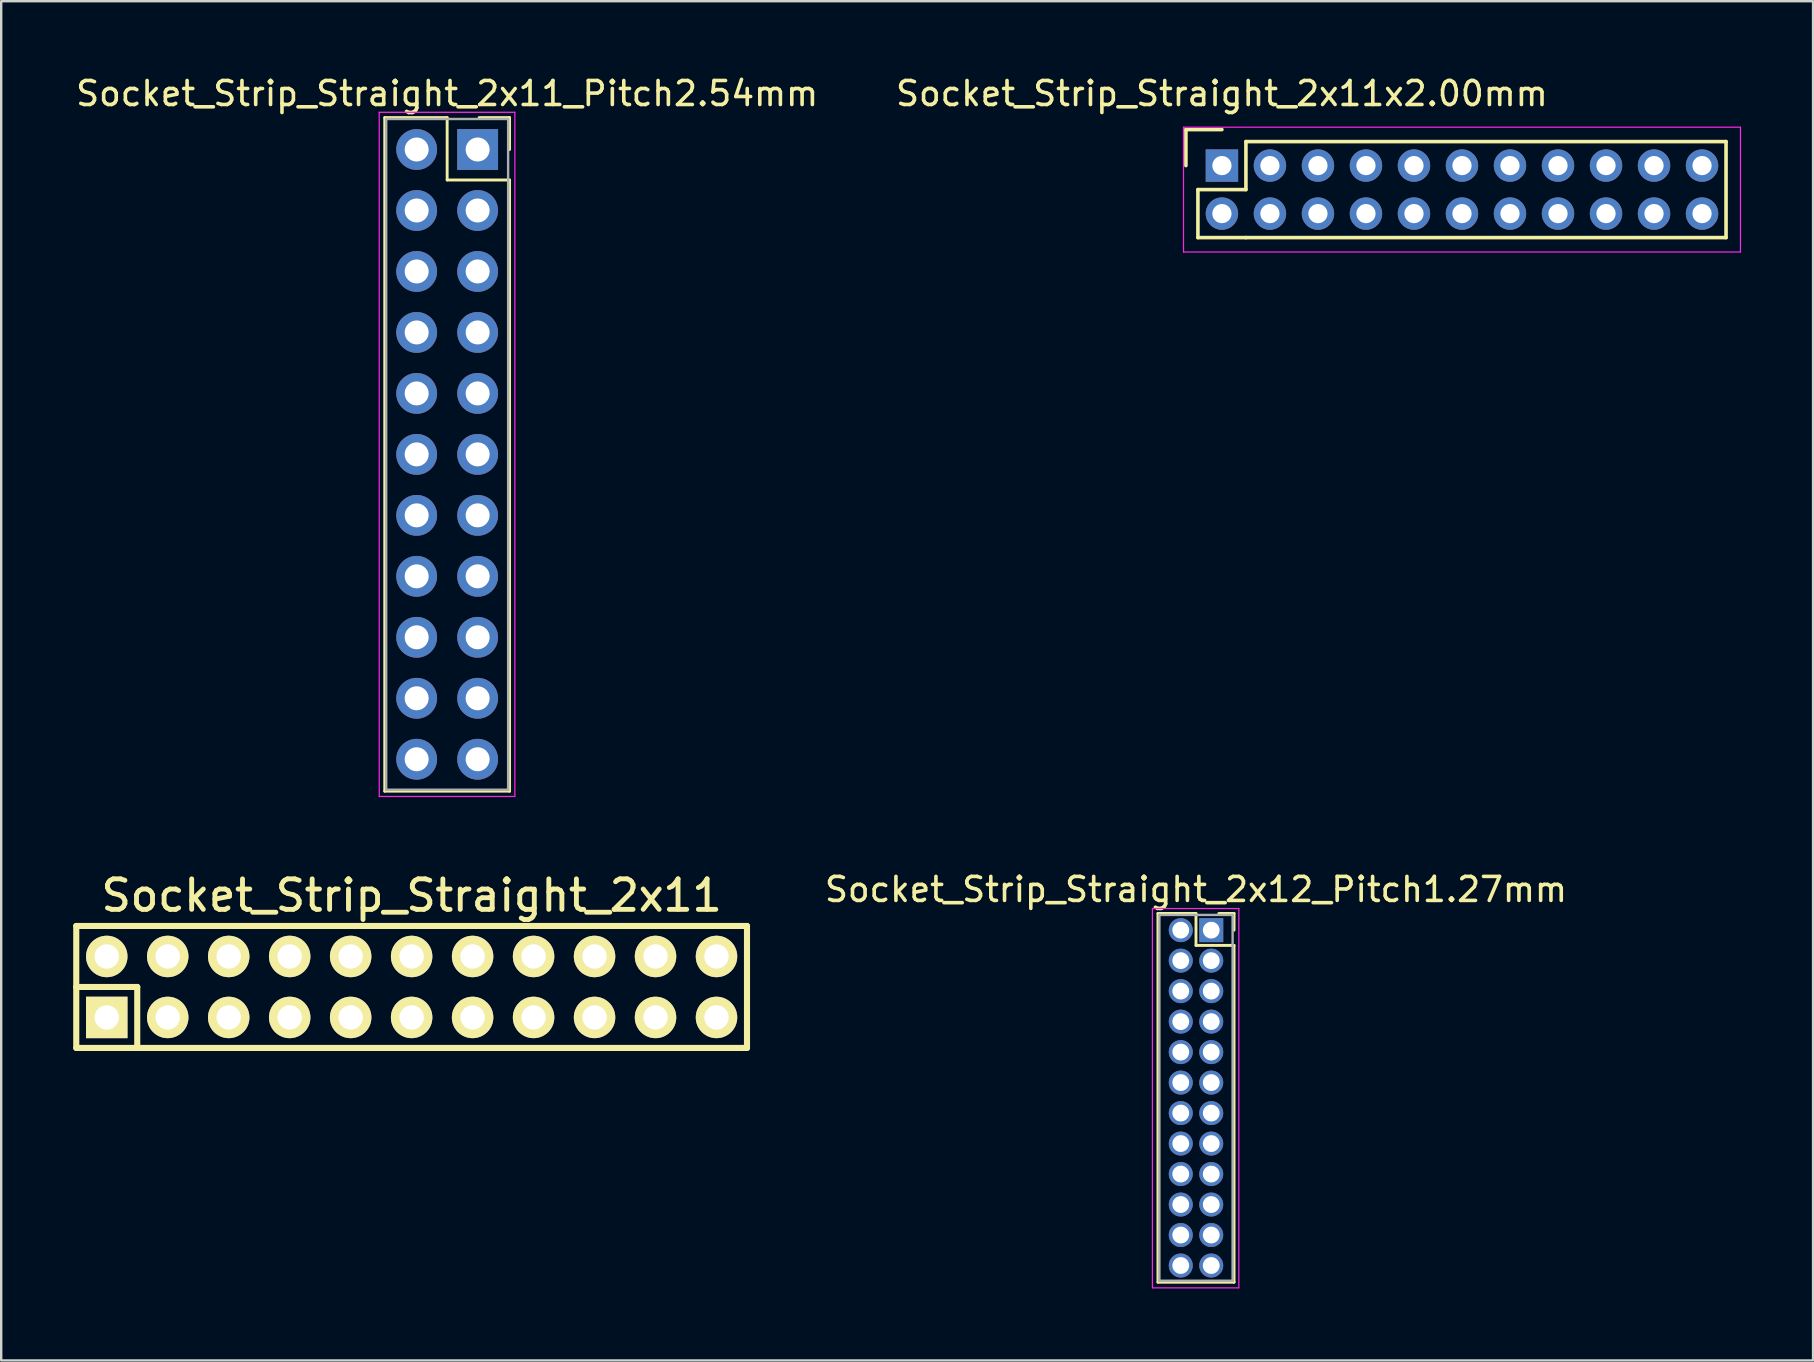
<source format=kicad_pcb>
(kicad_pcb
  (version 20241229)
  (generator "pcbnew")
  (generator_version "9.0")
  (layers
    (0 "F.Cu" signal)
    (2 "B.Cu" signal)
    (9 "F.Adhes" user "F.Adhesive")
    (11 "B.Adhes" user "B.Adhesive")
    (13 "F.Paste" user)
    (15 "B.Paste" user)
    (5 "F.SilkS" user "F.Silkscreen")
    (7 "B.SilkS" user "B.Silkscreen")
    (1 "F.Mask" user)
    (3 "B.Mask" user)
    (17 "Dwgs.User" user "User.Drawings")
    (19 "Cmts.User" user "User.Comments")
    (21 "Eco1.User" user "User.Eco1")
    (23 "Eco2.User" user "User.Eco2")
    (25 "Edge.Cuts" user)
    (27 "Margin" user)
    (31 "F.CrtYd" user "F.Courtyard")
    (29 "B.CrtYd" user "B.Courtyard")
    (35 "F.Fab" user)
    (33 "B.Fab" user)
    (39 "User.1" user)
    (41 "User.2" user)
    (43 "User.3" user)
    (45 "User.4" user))
  (footprint "Socket_Strip_Straight_2x11"
    (layer "F.Cu")
    (at 14.097 38.063)
    (property "Reference" "Socket_Strip_Straight_2x11" (at 0 -3.81 0) (layer "F.SilkS") (effects (font (size 1.27 1.27) (thickness 0.203))))
    (attr through_hole)
    (fp_line (start -13.97 -2.54) (end -13.97 0) (stroke (width 0.254) (type solid)) (layer "F.SilkS"))
    (fp_line (start -13.97 0) (end -11.43 0) (stroke (width 0.254) (type solid)) (layer "F.SilkS"))
    (fp_line (start -13.97 2.54) (end -13.97 0) (stroke (width 0.254) (type solid)) (layer "F.SilkS"))
    (fp_line (start -13.97 2.54) (end -11.43 2.54) (stroke (width 0.254) (type solid)) (layer "F.SilkS"))
    (fp_line (start -11.43 0) (end -11.43 2.54) (stroke (width 0.254) (type solid)) (layer "F.SilkS"))
    (fp_line (start -11.43 2.54) (end 13.97 2.54) (stroke (width 0.254) (type solid)) (layer "F.SilkS"))
    (fp_line (start 13.97 -2.54) (end -13.97 -2.54) (stroke (width 0.254) (type solid)) (layer "F.SilkS"))
    (fp_line (start 13.97 -2.54) (end 13.97 2.54) (stroke (width 0.254) (type solid)) (layer "F.SilkS"))
    (pad "1" thru_hole rect (at -12.7 1.27) (size 1.727 1.727) (drill 1.016) (layers "*.Cu" "*.Mask" "F.SilkS"))
    (pad "2" thru_hole oval (at -10.16 1.27) (size 1.727 1.727) (drill 1.016) (layers "*.Cu" "*.Mask" "F.SilkS"))
    (pad "3" thru_hole oval (at -7.62 1.27) (size 1.727 1.727) (drill 1.016) (layers "*.Cu" "*.Mask" "F.SilkS"))
    (pad "4" thru_hole oval (at -5.08 1.27) (size 1.727 1.727) (drill 1.016) (layers "*.Cu" "*.Mask" "F.SilkS"))
    (pad "5" thru_hole oval (at -2.54 1.27) (size 1.727 1.727) (drill 1.016) (layers "*.Cu" "*.Mask" "F.SilkS"))
    (pad "6" thru_hole oval (at 0 1.27) (size 1.727 1.727) (drill 1.016) (layers "*.Cu" "*.Mask" "F.SilkS"))
    (pad "7" thru_hole oval (at 2.54 1.27) (size 1.727 1.727) (drill 1.016) (layers "*.Cu" "*.Mask" "F.SilkS"))
    (pad "8" thru_hole oval (at 5.08 1.27) (size 1.727 1.727) (drill 1.016) (layers "*.Cu" "*.Mask" "F.SilkS"))
    (pad "9" thru_hole oval (at 7.62 1.27) (size 1.727 1.727) (drill 1.016) (layers "*.Cu" "*.Mask" "F.SilkS"))
    (pad "10" thru_hole oval (at 10.16 1.27) (size 1.727 1.727) (drill 1.016) (layers "*.Cu" "*.Mask" "F.SilkS"))
    (pad "11" thru_hole oval (at 12.7 1.27) (size 1.727 1.727) (drill 1.016) (layers "*.Cu" "*.Mask" "F.SilkS"))
    (pad "12" thru_hole oval (at 12.7 -1.27) (size 1.727 1.727) (drill 1.016) (layers "*.Cu" "*.Mask" "F.SilkS"))
    (pad "13" thru_hole oval (at 10.16 -1.27) (size 1.727 1.727) (drill 1.016) (layers "*.Cu" "*.Mask" "F.SilkS"))
    (pad "14" thru_hole oval (at 7.62 -1.27) (size 1.727 1.727) (drill 1.016) (layers "*.Cu" "*.Mask" "F.SilkS"))
    (pad "15" thru_hole oval (at 5.08 -1.27) (size 1.727 1.727) (drill 1.016) (layers "*.Cu" "*.Mask" "F.SilkS"))
    (pad "16" thru_hole oval (at 2.54 -1.27) (size 1.727 1.727) (drill 1.016) (layers "*.Cu" "*.Mask" "F.SilkS"))
    (pad "17" thru_hole oval (at 0 -1.27) (size 1.727 1.727) (drill 1.016) (layers "*.Cu" "*.Mask" "F.SilkS"))
    (pad "18" thru_hole oval (at -2.54 -1.27) (size 1.727 1.727) (drill 1.016) (layers "*.Cu" "*.Mask" "F.SilkS"))
    (pad "19" thru_hole oval (at -5.08 -1.27) (size 1.727 1.727) (drill 1.016) (layers "*.Cu" "*.Mask" "F.SilkS"))
    (pad "20" thru_hole oval (at -7.62 -1.27) (size 1.727 1.727) (drill 1.016) (layers "*.Cu" "*.Mask" "F.SilkS"))
    (pad "21" thru_hole oval (at -10.16 -1.27) (size 1.727 1.727) (drill 1.016) (layers "*.Cu" "*.Mask" "F.SilkS"))
    (pad "22" thru_hole oval (at -12.7 -1.27) (size 1.727 1.727) (drill 1.016) (layers "*.Cu" "*.Mask" "F.SilkS")))
  (footprint "Socket_Strip_Straight_2x12_Pitch1.27mm"
    (layer "F.Cu")
    (at 47.406 35.697)
    (property "Reference" "Socket_Strip_Straight_2x12_Pitch1.27mm" (at -0.635 -1.695 0) (layer "F.SilkS") (effects (font (size 1 1) (thickness 0.15))))
    (attr through_hole)
    (fp_line (start -2.22 -0.695) (end -0.635 -0.695) (stroke (width 0.12) (type solid)) (layer "F.SilkS"))
    (fp_line (start -2.22 14.665) (end -2.22 -0.695) (stroke (width 0.12) (type solid)) (layer "F.SilkS"))
    (fp_line (start -0.635 -0.695) (end -0.635 0.635) (stroke (width 0.12) (type solid)) (layer "F.SilkS"))
    (fp_line (start -0.635 0.635) (end 0.95 0.635) (stroke (width 0.12) (type solid)) (layer "F.SilkS"))
    (fp_line (start 0.95 -0.695) (end 0.315 -0.695) (stroke (width 0.12) (type solid)) (layer "F.SilkS"))
    (fp_line (start 0.95 0) (end 0.95 -0.695) (stroke (width 0.12) (type solid)) (layer "F.SilkS"))
    (fp_line (start 0.95 0.635) (end 0.95 14.665) (stroke (width 0.12) (type solid)) (layer "F.SilkS"))
    (fp_line (start 0.95 14.665) (end -2.22 14.665) (stroke (width 0.12) (type solid)) (layer "F.SilkS"))
    (fp_line (start -2.45 -0.9) (end -2.45 14.9) (stroke (width 0.05) (type solid)) (layer "F.CrtYd"))
    (fp_line (start -2.45 14.9) (end 1.15 14.9) (stroke (width 0.05) (type solid)) (layer "F.CrtYd"))
    (fp_line (start 1.15 -0.9) (end -2.45 -0.9) (stroke (width 0.05) (type solid)) (layer "F.CrtYd"))
    (fp_line (start 1.15 14.9) (end 1.15 -0.9) (stroke (width 0.05) (type solid)) (layer "F.CrtYd"))
    (fp_line (start -2.16 -0.635) (end -2.16 14.605) (stroke (width 0.1) (type solid)) (layer "F.Fab"))
    (fp_line (start -2.16 14.605) (end 0.89 14.605) (stroke (width 0.1) (type solid)) (layer "F.Fab"))
    (fp_line (start 0.89 -0.635) (end -2.16 -0.635) (stroke (width 0.1) (type solid)) (layer "F.Fab"))
    (fp_line (start 0.89 14.605) (end 0.89 -0.635) (stroke (width 0.1) (type solid)) (layer "F.Fab"))
    (pad "1" thru_hole rect (at 0 0) (size 1 1) (drill 0.7) (layers "*.Cu" "*.Mask"))
    (pad "2" thru_hole oval (at -1.27 0) (size 1 1) (drill 0.7) (layers "*.Cu" "*.Mask"))
    (pad "3" thru_hole oval (at 0 1.27) (size 1 1) (drill 0.7) (layers "*.Cu" "*.Mask"))
    (pad "4" thru_hole oval (at -1.27 1.27) (size 1 1) (drill 0.7) (layers "*.Cu" "*.Mask"))
    (pad "5" thru_hole oval (at 0 2.54) (size 1 1) (drill 0.7) (layers "*.Cu" "*.Mask"))
    (pad "6" thru_hole oval (at -1.27 2.54) (size 1 1) (drill 0.7) (layers "*.Cu" "*.Mask"))
    (pad "7" thru_hole oval (at 0 3.81) (size 1 1) (drill 0.7) (layers "*.Cu" "*.Mask"))
    (pad "8" thru_hole oval (at -1.27 3.81) (size 1 1) (drill 0.7) (layers "*.Cu" "*.Mask"))
    (pad "9" thru_hole oval (at 0 5.08) (size 1 1) (drill 0.7) (layers "*.Cu" "*.Mask"))
    (pad "10" thru_hole oval (at -1.27 5.08) (size 1 1) (drill 0.7) (layers "*.Cu" "*.Mask"))
    (pad "11" thru_hole oval (at 0 6.35) (size 1 1) (drill 0.7) (layers "*.Cu" "*.Mask"))
    (pad "12" thru_hole oval (at -1.27 6.35) (size 1 1) (drill 0.7) (layers "*.Cu" "*.Mask"))
    (pad "13" thru_hole oval (at 0 7.62) (size 1 1) (drill 0.7) (layers "*.Cu" "*.Mask"))
    (pad "14" thru_hole oval (at -1.27 7.62) (size 1 1) (drill 0.7) (layers "*.Cu" "*.Mask"))
    (pad "15" thru_hole oval (at 0 8.89) (size 1 1) (drill 0.7) (layers "*.Cu" "*.Mask"))
    (pad "16" thru_hole oval (at -1.27 8.89) (size 1 1) (drill 0.7) (layers "*.Cu" "*.Mask"))
    (pad "17" thru_hole oval (at 0 10.16) (size 1 1) (drill 0.7) (layers "*.Cu" "*.Mask"))
    (pad "18" thru_hole oval (at -1.27 10.16) (size 1 1) (drill 0.7) (layers "*.Cu" "*.Mask"))
    (pad "19" thru_hole oval (at 0 11.43) (size 1 1) (drill 0.7) (layers "*.Cu" "*.Mask"))
    (pad "20" thru_hole oval (at -1.27 11.43) (size 1 1) (drill 0.7) (layers "*.Cu" "*.Mask"))
    (pad "21" thru_hole oval (at 0 12.7) (size 1 1) (drill 0.7) (layers "*.Cu" "*.Mask"))
    (pad "22" thru_hole oval (at -1.27 12.7) (size 1 1) (drill 0.7) (layers "*.Cu" "*.Mask"))
    (pad "23" thru_hole oval (at 0 13.97) (size 1 1) (drill 0.7) (layers "*.Cu" "*.Mask"))
    (pad "24" thru_hole oval (at -1.27 13.97) (size 1 1) (drill 0.7) (layers "*.Cu" "*.Mask")))
  (footprint "Socket_Strip_Straight_2x11x2.00mm"
    (layer "F.Cu")
    (at 47.851 3.848)
    (property "Reference" "Socket_Strip_Straight_2x11x2.00mm" (at 0 -3 0) (layer "F.SilkS") (effects (font (size 1 1) (thickness 0.15))))
    (attr through_hole)
    (fp_line (start -1.5 -1.5) (end -1.5 0) (stroke (width 0.15) (type solid)) (layer "F.SilkS"))
    (fp_line (start -1 1) (end -1 3) (stroke (width 0.15) (type solid)) (layer "F.SilkS"))
    (fp_line (start -1 3) (end 1 3) (stroke (width 0.15) (type solid)) (layer "F.SilkS"))
    (fp_line (start 0 -1.5) (end -1.5 -1.5) (stroke (width 0.15) (type solid)) (layer "F.SilkS"))
    (fp_line (start 1 -1) (end 1 1) (stroke (width 0.15) (type solid)) (layer "F.SilkS"))
    (fp_line (start 1 1) (end -1 1) (stroke (width 0.15) (type solid)) (layer "F.SilkS"))
    (fp_line (start 1 3) (end 21 3) (stroke (width 0.15) (type solid)) (layer "F.SilkS"))
    (fp_line (start 21 -1) (end 1 -1) (stroke (width 0.15) (type solid)) (layer "F.SilkS"))
    (fp_line (start 21 3) (end 21 -1) (stroke (width 0.15) (type solid)) (layer "F.SilkS"))
    (fp_line (start -1.6 -1.6) (end -1.6 3.6) (stroke (width 0.05) (type solid)) (layer "F.CrtYd"))
    (fp_line (start -1.6 3.6) (end 21.6 3.6) (stroke (width 0.05) (type solid)) (layer "F.CrtYd"))
    (fp_line (start 21.6 -1.6) (end -1.6 -1.6) (stroke (width 0.05) (type solid)) (layer "F.CrtYd"))
    (fp_line (start 21.6 3.6) (end 21.6 -1.6) (stroke (width 0.05) (type solid)) (layer "F.CrtYd"))
    (pad "1" thru_hole rect (at 0 0) (size 1.35 1.35) (drill 0.8) (layers "*.Cu" "*.Mask"))
    (pad "2" thru_hole circle (at 0 2) (size 1.35 1.35) (drill 0.8) (layers "*.Cu" "*.Mask"))
    (pad "3" thru_hole circle (at 2 0) (size 1.35 1.35) (drill 0.8) (layers "*.Cu" "*.Mask"))
    (pad "4" thru_hole circle (at 2 2) (size 1.35 1.35) (drill 0.8) (layers "*.Cu" "*.Mask"))
    (pad "5" thru_hole circle (at 4 0) (size 1.35 1.35) (drill 0.8) (layers "*.Cu" "*.Mask"))
    (pad "6" thru_hole circle (at 4 2) (size 1.35 1.35) (drill 0.8) (layers "*.Cu" "*.Mask"))
    (pad "7" thru_hole circle (at 6 0) (size 1.35 1.35) (drill 0.8) (layers "*.Cu" "*.Mask"))
    (pad "8" thru_hole circle (at 6 2) (size 1.35 1.35) (drill 0.8) (layers "*.Cu" "*.Mask"))
    (pad "9" thru_hole circle (at 8 0) (size 1.35 1.35) (drill 0.8) (layers "*.Cu" "*.Mask"))
    (pad "10" thru_hole circle (at 8 2) (size 1.35 1.35) (drill 0.8) (layers "*.Cu" "*.Mask"))
    (pad "11" thru_hole circle (at 10 0) (size 1.35 1.35) (drill 0.8) (layers "*.Cu" "*.Mask"))
    (pad "12" thru_hole circle (at 10 2) (size 1.35 1.35) (drill 0.8) (layers "*.Cu" "*.Mask"))
    (pad "13" thru_hole circle (at 12 0) (size 1.35 1.35) (drill 0.8) (layers "*.Cu" "*.Mask"))
    (pad "14" thru_hole circle (at 12 2) (size 1.35 1.35) (drill 0.8) (layers "*.Cu" "*.Mask"))
    (pad "15" thru_hole circle (at 14 0) (size 1.35 1.35) (drill 0.8) (layers "*.Cu" "*.Mask"))
    (pad "16" thru_hole circle (at 14 2) (size 1.35 1.35) (drill 0.8) (layers "*.Cu" "*.Mask"))
    (pad "17" thru_hole circle (at 16 0) (size 1.35 1.35) (drill 0.8) (layers "*.Cu" "*.Mask"))
    (pad "18" thru_hole circle (at 16 2) (size 1.35 1.35) (drill 0.8) (layers "*.Cu" "*.Mask"))
    (pad "19" thru_hole circle (at 18 0) (size 1.35 1.35) (drill 0.8) (layers "*.Cu" "*.Mask"))
    (pad "20" thru_hole circle (at 18 2) (size 1.35 1.35) (drill 0.8) (layers "*.Cu" "*.Mask"))
    (pad "21" thru_hole circle (at 20 0) (size 1.35 1.35) (drill 0.8) (layers "*.Cu" "*.Mask"))
    (pad "22" thru_hole circle (at 20 2) (size 1.35 1.35) (drill 0.8) (layers "*.Cu" "*.Mask")))
  (footprint "Socket_Strip_Straight_2x11_Pitch2.54mm"
    (layer "F.Cu")
    (at 16.847 3.178)
    (property "Reference" "Socket_Strip_Straight_2x11_Pitch2.54mm" (at -1.27 -2.33 0) (layer "F.SilkS") (effects (font (size 1 1) (thickness 0.15))))
    (attr through_hole)
    (fp_line (start -3.87 -1.33) (end -1.27 -1.33) (stroke (width 0.12) (type solid)) (layer "F.SilkS"))
    (fp_line (start -3.87 26.73) (end -3.87 -1.33) (stroke (width 0.12) (type solid)) (layer "F.SilkS"))
    (fp_line (start -1.27 -1.33) (end -1.27 1.27) (stroke (width 0.12) (type solid)) (layer "F.SilkS"))
    (fp_line (start -1.27 1.27) (end 1.33 1.27) (stroke (width 0.12) (type solid)) (layer "F.SilkS"))
    (fp_line (start 1.33 -1.33) (end 0.06 -1.33) (stroke (width 0.12) (type solid)) (layer "F.SilkS"))
    (fp_line (start 1.33 0) (end 1.33 -1.33) (stroke (width 0.12) (type solid)) (layer "F.SilkS"))
    (fp_line (start 1.33 1.27) (end 1.33 26.73) (stroke (width 0.12) (type solid)) (layer "F.SilkS"))
    (fp_line (start 1.33 26.73) (end -3.87 26.73) (stroke (width 0.12) (type solid)) (layer "F.SilkS"))
    (fp_line (start -4.1 -1.55) (end -4.1 26.95) (stroke (width 0.05) (type solid)) (layer "F.CrtYd"))
    (fp_line (start -4.1 26.95) (end 1.55 26.95) (stroke (width 0.05) (type solid)) (layer "F.CrtYd"))
    (fp_line (start 1.55 -1.55) (end -4.1 -1.55) (stroke (width 0.05) (type solid)) (layer "F.CrtYd"))
    (fp_line (start 1.55 26.95) (end 1.55 -1.55) (stroke (width 0.05) (type solid)) (layer "F.CrtYd"))
    (fp_line (start -3.81 -1.27) (end -3.81 26.67) (stroke (width 0.1) (type solid)) (layer "F.Fab"))
    (fp_line (start -3.81 26.67) (end 1.27 26.67) (stroke (width 0.1) (type solid)) (layer "F.Fab"))
    (fp_line (start 1.27 -1.27) (end -3.81 -1.27) (stroke (width 0.1) (type solid)) (layer "F.Fab"))
    (fp_line (start 1.27 26.67) (end 1.27 -1.27) (stroke (width 0.1) (type solid)) (layer "F.Fab"))
    (pad "1" thru_hole rect (at 0 0) (size 1.7 1.7) (drill 1) (layers "*.Cu" "*.Mask"))
    (pad "2" thru_hole oval (at -2.54 0) (size 1.7 1.7) (drill 1) (layers "*.Cu" "*.Mask"))
    (pad "3" thru_hole oval (at 0 2.54) (size 1.7 1.7) (drill 1) (layers "*.Cu" "*.Mask"))
    (pad "4" thru_hole oval (at -2.54 2.54) (size 1.7 1.7) (drill 1) (layers "*.Cu" "*.Mask"))
    (pad "5" thru_hole oval (at 0 5.08) (size 1.7 1.7) (drill 1) (layers "*.Cu" "*.Mask"))
    (pad "6" thru_hole oval (at -2.54 5.08) (size 1.7 1.7) (drill 1) (layers "*.Cu" "*.Mask"))
    (pad "7" thru_hole oval (at 0 7.62) (size 1.7 1.7) (drill 1) (layers "*.Cu" "*.Mask"))
    (pad "8" thru_hole oval (at -2.54 7.62) (size 1.7 1.7) (drill 1) (layers "*.Cu" "*.Mask"))
    (pad "9" thru_hole oval (at 0 10.16) (size 1.7 1.7) (drill 1) (layers "*.Cu" "*.Mask"))
    (pad "10" thru_hole oval (at -2.54 10.16) (size 1.7 1.7) (drill 1) (layers "*.Cu" "*.Mask"))
    (pad "11" thru_hole oval (at 0 12.7) (size 1.7 1.7) (drill 1) (layers "*.Cu" "*.Mask"))
    (pad "12" thru_hole oval (at -2.54 12.7) (size 1.7 1.7) (drill 1) (layers "*.Cu" "*.Mask"))
    (pad "13" thru_hole oval (at 0 15.24) (size 1.7 1.7) (drill 1) (layers "*.Cu" "*.Mask"))
    (pad "14" thru_hole oval (at -2.54 15.24) (size 1.7 1.7) (drill 1) (layers "*.Cu" "*.Mask"))
    (pad "15" thru_hole oval (at 0 17.78) (size 1.7 1.7) (drill 1) (layers "*.Cu" "*.Mask"))
    (pad "16" thru_hole oval (at -2.54 17.78) (size 1.7 1.7) (drill 1) (layers "*.Cu" "*.Mask"))
    (pad "17" thru_hole oval (at 0 20.32) (size 1.7 1.7) (drill 1) (layers "*.Cu" "*.Mask"))
    (pad "18" thru_hole oval (at -2.54 20.32) (size 1.7 1.7) (drill 1) (layers "*.Cu" "*.Mask"))
    (pad "19" thru_hole oval (at 0 22.86) (size 1.7 1.7) (drill 1) (layers "*.Cu" "*.Mask"))
    (pad "20" thru_hole oval (at -2.54 22.86) (size 1.7 1.7) (drill 1) (layers "*.Cu" "*.Mask"))
    (pad "21" thru_hole oval (at 0 25.4) (size 1.7 1.7) (drill 1) (layers "*.Cu" "*.Mask"))
    (pad "22" thru_hole oval (at -2.54 25.4) (size 1.7 1.7) (drill 1) (layers "*.Cu" "*.Mask")))
  (gr_rect
    (start -3 -3)
    (end 72.476 53.621)
    (stroke (width 0.1) (type default))
    (fill no)
    (layer "Edge.Cuts")))
</source>
